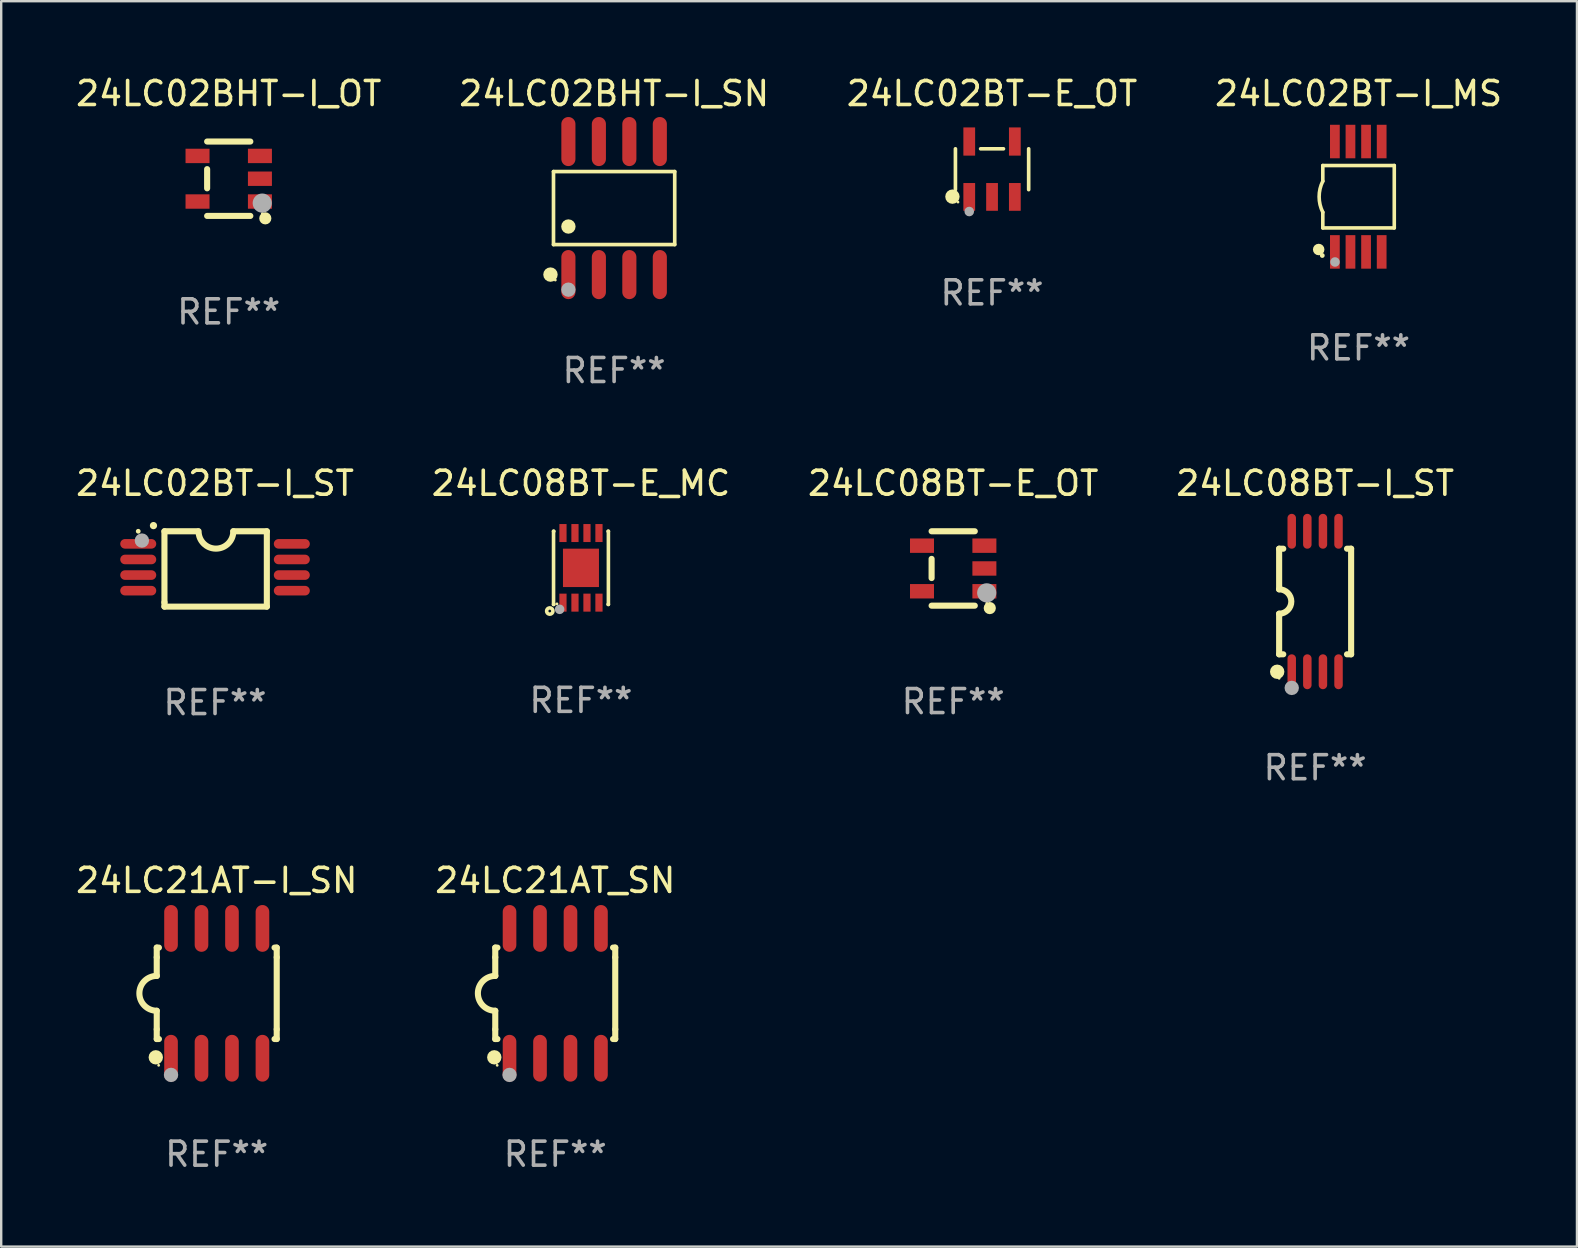
<source format=kicad_pcb>
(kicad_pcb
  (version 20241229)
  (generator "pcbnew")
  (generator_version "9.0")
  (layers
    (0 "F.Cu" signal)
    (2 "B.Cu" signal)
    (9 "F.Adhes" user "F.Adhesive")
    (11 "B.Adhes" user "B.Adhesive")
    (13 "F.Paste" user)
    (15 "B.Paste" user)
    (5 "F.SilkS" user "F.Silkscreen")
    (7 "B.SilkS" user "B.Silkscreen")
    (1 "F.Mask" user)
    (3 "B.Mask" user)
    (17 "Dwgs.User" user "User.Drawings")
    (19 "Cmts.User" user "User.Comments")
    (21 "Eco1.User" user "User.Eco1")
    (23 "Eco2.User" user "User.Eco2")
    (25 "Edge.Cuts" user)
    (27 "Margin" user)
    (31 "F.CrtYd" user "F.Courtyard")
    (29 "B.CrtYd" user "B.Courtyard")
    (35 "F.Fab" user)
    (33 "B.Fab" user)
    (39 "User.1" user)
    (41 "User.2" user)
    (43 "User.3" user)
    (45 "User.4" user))
  (footprint "24LC02BT-I_MS"
    (layer "F.Cu")
    (at 53.565 5.148)
    (property "Reference" "24LC02BT-I_MS" (at 0 -4.3 0) (layer "F.SilkS") (effects (font (size 1 1) (thickness 0.15))))
    (attr through_hole)
    (fp_line (start -1.489 -1.3) (end -1.489 -0.648) (stroke (width 0.15) (type solid)) (layer "F.SilkS"))
    (fp_line (start -1.489 0.648) (end -1.489 1.3) (stroke (width 0.15) (type solid)) (layer "F.SilkS"))
    (fp_line (start -1.489 1.3) (end 1.489 1.3) (stroke (width 0.15) (type solid)) (layer "F.SilkS"))
    (fp_line (start 1.489 -1.3) (end -1.489 -1.3) (stroke (width 0.15) (type solid)) (layer "F.SilkS"))
    (fp_line (start 1.489 1.3) (end 1.489 -1.3) (stroke (width 0.15) (type solid)) (layer "F.SilkS"))
    (fp_arc (start -1.489205 0.647702) (mid -1.642107 0) (end -1.489205 -0.647701) (stroke (width 0.150013) (type solid)) (layer "F.SilkS"))
    (fp_circle (center -1.661 2.2) (end -1.541 2.2) (stroke (width 0.24) (type solid)) (fill no) (layer "F.SilkS"))
    (fp_circle (center -1.511 2.45) (end -1.461 2.45) (stroke (width 0.1) (type solid)) (fill no) (layer "F.SilkS"))
    (fp_circle (center -0.981 2.72) (end -0.881 2.72) (stroke (width 0.2) (type solid)) (fill no) (layer "F.Fab"))
    (fp_text user "REF**" (at 0 6.3 0) (layer "F.Fab") (effects (font (size 1 1) (thickness 0.15))))
    (pad "1" smd rect (at -0.986 2.3) (size 0.406 1.397) (layers "F.Cu" "F.Mask" "F.Paste"))
    (pad "2" smd rect (at -0.336 2.3) (size 0.406 1.397) (layers "F.Cu" "F.Mask" "F.Paste"))
    (pad "3" smd rect (at 0.314 2.3) (size 0.406 1.397) (layers "F.Cu" "F.Mask" "F.Paste"))
    (pad "4" smd rect (at 0.964 2.3) (size 0.406 1.397) (layers "F.Cu" "F.Mask" "F.Paste"))
    (pad "5" smd rect (at 0.964 -2.3) (size 0.406 1.397) (layers "F.Cu" "F.Mask" "F.Paste"))
    (pad "6" smd rect (at 0.314 -2.3) (size 0.406 1.397) (layers "F.Cu" "F.Mask" "F.Paste"))
    (pad "7" smd rect (at -0.336 -2.3) (size 0.406 1.397) (layers "F.Cu" "F.Mask" "F.Paste"))
    (pad "8" smd rect (at -0.986 -2.3) (size 0.406 1.397) (layers "F.Cu" "F.Mask" "F.Paste")))
  (footprint "24LC08BT-I_ST"
    (layer "F.Cu")
    (at 51.756 22.017)
    (property "Reference" "24LC08BT-I_ST" (at 0 -4.927 0) (layer "F.SilkS") (effects (font (size 1 1) (thickness 0.15))))
    (attr through_hole)
    (fp_line (start -1.5 -2.2) (end -1.5 -0.508) (stroke (width 0.254) (type solid)) (layer "F.SilkS"))
    (fp_line (start -1.5 -2.2) (end -1.328 -2.2) (stroke (width 0.254) (type solid)) (layer "F.SilkS"))
    (fp_line (start -1.5 2.2) (end -1.5 0.508) (stroke (width 0.254) (type solid)) (layer "F.SilkS"))
    (fp_line (start -1.5 2.2) (end -1.328 2.2) (stroke (width 0.254) (type solid)) (layer "F.SilkS"))
    (fp_line (start 1.328 -2.2) (end 1.5 -2.2) (stroke (width 0.254) (type solid)) (layer "F.SilkS"))
    (fp_line (start 1.328 2.2) (end 1.5 2.2) (stroke (width 0.254) (type solid)) (layer "F.SilkS"))
    (fp_line (start 1.5 -2.2) (end 1.5 2.2) (stroke (width 0.254) (type solid)) (layer "F.SilkS"))
    (fp_arc (start -1.501144 -0.508) (mid -0.993143 -0.000571) (end -1.5 0.508001) (stroke (width 0.254001) (type solid)) (layer "F.SilkS"))
    (fp_circle (center -1.581 2.927) (end -1.431 2.927) (stroke (width 0.3) (type solid)) (fill no) (layer "F.SilkS"))
    (fp_circle (center -1.5 3.2) (end -1.47 3.2) (stroke (width 0.06) (type solid)) (fill no) (layer "F.SilkS"))
    (fp_circle (center -0.975 3.6) (end -0.825 3.6) (stroke (width 0.3) (type solid)) (fill no) (layer "F.Fab"))
    (fp_text user "REF**" (at 0 6.927 0) (layer "F.Fab") (effects (font (size 1 1) (thickness 0.15))))
    (pad "1" smd oval (at -0.975 2.927) (size 0.353 1.454) (layers "F.Cu" "F.Mask" "F.Paste"))
    (pad "2" smd oval (at -0.325 2.927) (size 0.353 1.454) (layers "F.Cu" "F.Mask" "F.Paste"))
    (pad "3" smd oval (at 0.325 2.927) (size 0.353 1.454) (layers "F.Cu" "F.Mask" "F.Paste"))
    (pad "4" smd oval (at 0.975 2.927) (size 0.353 1.454) (layers "F.Cu" "F.Mask" "F.Paste"))
    (pad "5" smd oval (at 0.975 -2.927) (size 0.353 1.454) (layers "F.Cu" "F.Mask" "F.Paste"))
    (pad "6" smd oval (at 0.325 -2.927) (size 0.353 1.454) (layers "F.Cu" "F.Mask" "F.Paste"))
    (pad "7" smd oval (at -0.325 -2.927) (size 0.353 1.454) (layers "F.Cu" "F.Mask" "F.Paste"))
    (pad "8" smd oval (at -0.975 -2.927) (size 0.353 1.454) (layers "F.Cu" "F.Mask" "F.Paste")))
  (footprint "24LC02BHT-I_OT"
    (layer "F.Cu")
    (at 6.482 4.398)
    (property "Reference" "24LC02BHT-I_OT" (at 0 -3.55 0) (layer "F.SilkS") (effects (font (size 1 1) (thickness 0.15))))
    (attr through_hole)
    (fp_line (start -0.9 -1.55) (end 0.9 -1.55) (stroke (width 0.254) (type solid)) (layer "F.SilkS"))
    (fp_line (start -0.9 0.4) (end -0.9 -0.4) (stroke (width 0.254) (type solid)) (layer "F.SilkS"))
    (fp_line (start -0.9 1.55) (end 0.9 1.55) (stroke (width 0.254) (type solid)) (layer "F.SilkS"))
    (fp_circle (center 1.4 1.45) (end 1.43 1.45) (stroke (width 0.06) (type solid)) (fill no) (layer "F.SilkS"))
    (fp_circle (center 1.524 1.651) (end 1.651 1.651) (stroke (width 0.254) (type solid)) (fill no) (layer "F.SilkS"))
    (fp_circle (center 1.397 1.016) (end 1.597 1.016) (stroke (width 0.4) (type solid)) (fill no) (layer "F.Fab"))
    (fp_text user "REF**" (at 0 5.55 0) (layer "F.Fab") (effects (font (size 1 1) (thickness 0.15))))
    (pad "1" smd rect (at 1.3 0.95) (size 1 0.6) (layers "F.Cu" "F.Mask" "F.Paste"))
    (pad "2" smd rect (at 1.3 -0.000051) (size 1 0.6) (layers "F.Cu" "F.Mask" "F.Paste"))
    (pad "3" smd rect (at 1.3 -0.95) (size 1 0.6) (layers "F.Cu" "F.Mask" "F.Paste"))
    (pad "4" smd rect (at -1.3 -0.95) (size 1 0.6) (layers "F.Cu" "F.Mask" "F.Paste"))
    (pad "5" smd rect (at -1.3 0.95) (size 1 0.6) (layers "F.Cu" "F.Mask" "F.Paste")))
  (footprint "24LC02BHT-I_SN"
    (layer "F.Cu")
    (at 22.542 5.621)
    (property "Reference" "24LC02BHT-I_SN" (at 0 -4.772 0) (layer "F.SilkS") (effects (font (size 1 1) (thickness 0.15))))
    (attr through_hole)
    (fp_line (start -2.526 -1.521) (end 2.526 -1.521) (stroke (width 0.152) (type solid)) (layer "F.SilkS"))
    (fp_line (start -2.526 1.521) (end -2.526 -1.521) (stroke (width 0.152) (type solid)) (layer "F.SilkS"))
    (fp_line (start 2.526 -1.521) (end 2.526 1.521) (stroke (width 0.152) (type solid)) (layer "F.SilkS"))
    (fp_line (start 2.526 1.521) (end -2.526 1.521) (stroke (width 0.152) (type solid)) (layer "F.SilkS"))
    (fp_circle (center -2.652 2.772) (end -2.501 2.772) (stroke (width 0.3) (type solid)) (fill no) (layer "F.SilkS"))
    (fp_circle (center -2.45 3) (end -2.42 3) (stroke (width 0.06) (type solid)) (fill no) (layer "F.SilkS"))
    (fp_circle (center -1.905 0.769) (end -1.755 0.769) (stroke (width 0.3) (type solid)) (fill no) (layer "F.SilkS"))
    (fp_circle (center -1.905 3.4) (end -1.755 3.4) (stroke (width 0.3) (type solid)) (fill no) (layer "F.Fab"))
    (fp_text user "REF**" (at 0 6.772 0) (layer "F.Fab") (effects (font (size 1 1) (thickness 0.15))))
    (pad "1" smd oval (at -1.905 2.772) (size 0.588 2.045) (layers "F.Cu" "F.Mask" "F.Paste"))
    (pad "2" smd oval (at -0.635 2.772) (size 0.588 2.045) (layers "F.Cu" "F.Mask" "F.Paste"))
    (pad "3" smd oval (at 0.635 2.772) (size 0.588 2.045) (layers "F.Cu" "F.Mask" "F.Paste"))
    (pad "4" smd oval (at 1.905 2.772) (size 0.588 2.045) (layers "F.Cu" "F.Mask" "F.Paste"))
    (pad "5" smd oval (at 1.905 -2.772) (size 0.588 2.045) (layers "F.Cu" "F.Mask" "F.Paste"))
    (pad "6" smd oval (at 0.635 -2.772) (size 0.588 2.045) (layers "F.Cu" "F.Mask" "F.Paste"))
    (pad "7" smd oval (at -0.635 -2.772) (size 0.588 2.045) (layers "F.Cu" "F.Mask" "F.Paste"))
    (pad "8" smd oval (at -1.905 -2.772) (size 0.588 2.045) (layers "F.Cu" "F.Mask" "F.Paste")))
  (footprint "24LC21AT_SN"
    (layer "F.Cu")
    (at 20.089 38.345)
    (property "Reference" "24LC21AT_SN" (at 0 -4.705 0) (layer "F.SilkS") (effects (font (size 1 1) (thickness 0.15))))
    (attr through_hole)
    (fp_line (start -2.5 -1.905) (end -2.409 -1.905) (stroke (width 0.254) (type solid)) (layer "F.SilkS"))
    (fp_line (start -2.5 -1.5) (end -2.5 -1.905) (stroke (width 0.254) (type solid)) (layer "F.SilkS"))
    (fp_line (start -2.5 -1.5) (end -2.5 -0.726) (stroke (width 0.254) (type solid)) (layer "F.SilkS"))
    (fp_line (start -2.5 1.5) (end -2.5 0.727) (stroke (width 0.254) (type solid)) (layer "F.SilkS"))
    (fp_line (start -2.5 1.5) (end -2.5 1.905) (stroke (width 0.254) (type solid)) (layer "F.SilkS"))
    (fp_line (start -2.5 1.905) (end -2.409 1.905) (stroke (width 0.254) (type solid)) (layer "F.SilkS"))
    (fp_line (start 2.5 -1.905) (end 2.409 -1.905) (stroke (width 0.254) (type solid)) (layer "F.SilkS"))
    (fp_line (start 2.5 -1.5) (end 2.5 -1.905) (stroke (width 0.254) (type solid)) (layer "F.SilkS"))
    (fp_line (start 2.5 -1.5) (end 2.5 1.5) (stroke (width 0.254) (type solid)) (layer "F.SilkS"))
    (fp_line (start 2.5 1.5) (end 2.5 1.905) (stroke (width 0.254) (type solid)) (layer "F.SilkS"))
    (fp_line (start 2.5 1.905) (end 2.409 1.905) (stroke (width 0.254) (type solid)) (layer "F.SilkS"))
    (fp_arc (start -2.5 0.726568) (mid -3.220316 -0.0023) (end -2.495097 -0.726289) (stroke (width 0.254001) (type solid)) (layer "F.SilkS"))
    (fp_circle (center -2.54 2.667) (end -2.39 2.667) (stroke (width 0.3) (type solid)) (fill no) (layer "F.SilkS"))
    (fp_circle (center -2.42 3) (end -2.39 3) (stroke (width 0.06) (type solid)) (fill no) (layer "F.SilkS"))
    (fp_circle (center -1.905 3.4) (end -1.755 3.4) (stroke (width 0.3) (type solid)) (fill no) (layer "F.Fab"))
    (fp_text user "REF**" (at 0 6.705 0) (layer "F.Fab") (effects (font (size 1 1) (thickness 0.15))))
    (pad "1" smd oval (at -1.905 2.705) (size 0.568 1.95) (layers "F.Cu" "F.Mask" "F.Paste"))
    (pad "2" smd oval (at -0.635 2.705) (size 0.568 1.95) (layers "F.Cu" "F.Mask" "F.Paste"))
    (pad "3" smd oval (at 0.635 2.705) (size 0.568 1.95) (layers "F.Cu" "F.Mask" "F.Paste"))
    (pad "4" smd oval (at 1.905 2.705) (size 0.568 1.95) (layers "F.Cu" "F.Mask" "F.Paste"))
    (pad "5" smd oval (at 1.905 -2.705) (size 0.568 1.95) (layers "F.Cu" "F.Mask" "F.Paste"))
    (pad "6" smd oval (at 0.635 -2.705) (size 0.568 1.95) (layers "F.Cu" "F.Mask" "F.Paste"))
    (pad "7" smd oval (at -0.635 -2.705) (size 0.568 1.95) (layers "F.Cu" "F.Mask" "F.Paste"))
    (pad "8" smd oval (at -1.905 -2.705) (size 0.568 1.95) (layers "F.Cu" "F.Mask" "F.Paste")))
  (footprint "24LC08BT-E_MC"
    (layer "F.Cu")
    (at 21.161 20.614)
    (property "Reference" "24LC08BT-E_MC" (at 0 -3.524 0) (layer "F.SilkS") (effects (font (size 1 1) (thickness 0.15))))
    (attr through_hole)
    (fp_line (start -1.143 -1.524) (end -1.143 1.524) (stroke (width 0.15) (type solid)) (layer "F.SilkS"))
    (fp_line (start -1.143 1.524) (end -1.129 1.524) (stroke (width 0.15) (type solid)) (layer "F.SilkS"))
    (fp_line (start -1.129 -1.524) (end -1.143 -1.524) (stroke (width 0.15) (type solid)) (layer "F.SilkS"))
    (fp_line (start 1.129 1.524) (end 1.143 1.524) (stroke (width 0.15) (type solid)) (layer "F.SilkS"))
    (fp_line (start 1.143 -1.524) (end 1.129 -1.524) (stroke (width 0.15) (type solid)) (layer "F.SilkS"))
    (fp_line (start 1.143 1.524) (end 1.143 -1.524) (stroke (width 0.15) (type solid)) (layer "F.SilkS"))
    (fp_circle (center -1.3 1.8) (end -1.243 1.8) (stroke (width 0.15) (type solid)) (fill no) (layer "F.SilkS"))
    (fp_circle (center -1 1.5) (end -0.97 1.5) (stroke (width 0.06) (type solid)) (fill no) (layer "F.SilkS"))
    (fp_circle (center -0.889 1.728) (end -0.789 1.728) (stroke (width 0.2) (type solid)) (fill no) (layer "F.Fab"))
    (fp_text user "REF**" (at 0 5.524 0) (layer "F.Fab") (effects (font (size 1 1) (thickness 0.15))))
    (pad "1" smd rect (at -0.75 1.45) (size 0.3 0.75) (layers "F.Cu" "F.Mask" "F.Paste"))
    (pad "2" smd rect (at -0.25 1.45) (size 0.3 0.75) (layers "F.Cu" "F.Mask" "F.Paste"))
    (pad "3" smd rect (at 0.25 1.45) (size 0.3 0.75) (layers "F.Cu" "F.Mask" "F.Paste"))
    (pad "4" smd rect (at 0.75 1.45) (size 0.3 0.75) (layers "F.Cu" "F.Mask" "F.Paste"))
    (pad "5" smd rect (at 0.75 -1.45) (size 0.3 0.75) (layers "F.Cu" "F.Mask" "F.Paste"))
    (pad "6" smd rect (at 0.25 -1.45) (size 0.3 0.75) (layers "F.Cu" "F.Mask" "F.Paste"))
    (pad "7" smd rect (at -0.25 -1.45) (size 0.3 0.75) (layers "F.Cu" "F.Mask" "F.Paste"))
    (pad "8" smd rect (at -0.75 -1.45) (size 0.3 0.75) (layers "F.Cu" "F.Mask" "F.Paste"))
    (pad "9" smd rect (at -0.000203 0.000457) (size 1.5 1.6) (layers "F.Cu" "F.Mask" "F.Paste")))
  (footprint "24LC02BT-I_ST"
    (layer "F.Cu")
    (at 5.911 20.66)
    (property "Reference" "24LC02BT-I_ST" (at 0 -3.57 0) (layer "F.SilkS") (effects (font (size 1 1) (thickness 0.15))))
    (attr through_hole)
    (fp_line (start -2.108 -1.57) (end -0.711 -1.57) (stroke (width 0.254) (type solid)) (layer "F.SilkS"))
    (fp_line (start -2.108 -1.57) (end -2.108 1.393) (stroke (width 0.254) (type solid)) (layer "F.SilkS"))
    (fp_line (start -2.108 1.393) (end -2.108 1.57) (stroke (width 0.254) (type solid)) (layer "F.SilkS"))
    (fp_line (start -2.108 1.57) (end 2.159 1.57) (stroke (width 0.254) (type solid)) (layer "F.SilkS"))
    (fp_line (start 0.762 -1.57) (end 2.159 -1.57) (stroke (width 0.254) (type solid)) (layer "F.SilkS"))
    (fp_line (start 2.159 1.57) (end 2.159 -1.57) (stroke (width 0.254) (type solid)) (layer "F.SilkS"))
    (fp_arc (start -2.565405 -1.805169) (mid -2.56541 -1.806439) (end -2.565405 -1.807709) (stroke (width 0.3) (type solid)) (layer "F.SilkS"))
    (fp_arc (start 0.762002 -1.570498) (mid 0.0381 -0.846596) (end -0.685802 -1.570498) (stroke (width 0.254001) (type solid)) (layer "F.SilkS"))
    (fp_circle (center -3.2 -1.57) (end -3.15 -1.57) (stroke (width 0.1) (type solid)) (fill no) (layer "F.SilkS"))
    (fp_circle (center -3.048 -1.183) (end -2.898 -1.183) (stroke (width 0.3) (type solid)) (fill no) (layer "F.Fab"))
    (fp_text user "REF**" (at 0 5.57 0) (layer "F.Fab") (effects (font (size 1 1) (thickness 0.15))))
    (pad "1" smd oval (at -3.2 -1.046 90) (size 0.4 1.5) (layers "F.Cu" "F.Mask" "F.Paste"))
    (pad "2" smd oval (at -3.2 -0.395 90) (size 0.4 1.5) (layers "F.Cu" "F.Mask" "F.Paste"))
    (pad "3" smd oval (at -3.2 0.255 90) (size 0.4 1.5) (layers "F.Cu" "F.Mask" "F.Paste"))
    (pad "4" smd oval (at -3.2 0.905 90) (size 0.4 1.5) (layers "F.Cu" "F.Mask" "F.Paste"))
    (pad "5" smd oval (at 3.2 0.905 90) (size 0.4 1.5) (layers "F.Cu" "F.Mask" "F.Paste"))
    (pad "6" smd oval (at 3.2 0.255 90) (size 0.4 1.5) (layers "F.Cu" "F.Mask" "F.Paste"))
    (pad "7" smd oval (at 3.2 -0.395 90) (size 0.4 1.5) (layers "F.Cu" "F.Mask" "F.Paste"))
    (pad "8" smd oval (at 3.2 -1.046 90) (size 0.4 1.5) (layers "F.Cu" "F.Mask" "F.Paste")))
  (footprint "24LC02BT-E_OT"
    (layer "F.Cu")
    (at 38.292 4.002)
    (property "Reference" "24LC02BT-E_OT" (at 0 -3.154 0) (layer "F.SilkS") (effects (font (size 1 1) (thickness 0.15))))
    (attr through_hole)
    (fp_line (start -1.526 0.851) (end -1.526 -0.851) (stroke (width 0.152) (type solid)) (layer "F.SilkS"))
    (fp_line (start 0.476 -0.851) (end -0.476 -0.851) (stroke (width 0.152) (type solid)) (layer "F.SilkS"))
    (fp_line (start 1.526 0.851) (end 1.526 -0.851) (stroke (width 0.152) (type solid)) (layer "F.SilkS"))
    (fp_circle (center -1.651 1.143) (end -1.501 1.143) (stroke (width 0.3) (type solid)) (fill no) (layer "F.SilkS"))
    (fp_circle (center -1.42 1.37) (end -1.39 1.37) (stroke (width 0.06) (type solid)) (fill no) (layer "F.SilkS"))
    (fp_circle (center -0.95 1.763) (end -0.85 1.763) (stroke (width 0.2) (type solid)) (fill no) (layer "F.Fab"))
    (fp_text user "REF**" (at 0 5.154 0) (layer "F.Fab") (effects (font (size 1 1) (thickness 0.15))))
    (pad "1" smd rect (at -0.95 1.154) (size 0.49 1.157) (layers "F.Cu" "F.Mask" "F.Paste"))
    (pad "2" smd rect (at 0 1.154) (size 0.49 1.157) (layers "F.Cu" "F.Mask" "F.Paste"))
    (pad "3" smd rect (at 0.95 1.154) (size 0.49 1.157) (layers "F.Cu" "F.Mask" "F.Paste"))
    (pad "4" smd rect (at 0.95 -1.154) (size 0.49 1.175) (layers "F.Cu" "F.Mask" "F.Paste"))
    (pad "5" smd rect (at -0.95 -1.154) (size 0.49 1.175) (layers "F.Cu" "F.Mask" "F.Paste")))
  (footprint "24LC21AT-I_SN"
    (layer "F.Cu")
    (at 5.982 38.345)
    (property "Reference" "24LC21AT-I_SN" (at 0 -4.705 0) (layer "F.SilkS") (effects (font (size 1 1) (thickness 0.15))))
    (attr through_hole)
    (fp_line (start -2.5 -1.905) (end -2.409 -1.905) (stroke (width 0.254) (type solid)) (layer "F.SilkS"))
    (fp_line (start -2.5 -1.5) (end -2.5 -1.905) (stroke (width 0.254) (type solid)) (layer "F.SilkS"))
    (fp_line (start -2.5 -1.5) (end -2.5 -0.726) (stroke (width 0.254) (type solid)) (layer "F.SilkS"))
    (fp_line (start -2.5 1.5) (end -2.5 0.727) (stroke (width 0.254) (type solid)) (layer "F.SilkS"))
    (fp_line (start -2.5 1.5) (end -2.5 1.905) (stroke (width 0.254) (type solid)) (layer "F.SilkS"))
    (fp_line (start -2.5 1.905) (end -2.409 1.905) (stroke (width 0.254) (type solid)) (layer "F.SilkS"))
    (fp_line (start 2.5 -1.905) (end 2.409 -1.905) (stroke (width 0.254) (type solid)) (layer "F.SilkS"))
    (fp_line (start 2.5 -1.5) (end 2.5 -1.905) (stroke (width 0.254) (type solid)) (layer "F.SilkS"))
    (fp_line (start 2.5 -1.5) (end 2.5 1.5) (stroke (width 0.254) (type solid)) (layer "F.SilkS"))
    (fp_line (start 2.5 1.5) (end 2.5 1.905) (stroke (width 0.254) (type solid)) (layer "F.SilkS"))
    (fp_line (start 2.5 1.905) (end 2.409 1.905) (stroke (width 0.254) (type solid)) (layer "F.SilkS"))
    (fp_arc (start -2.5 0.726568) (mid -3.220316 -0.0023) (end -2.495097 -0.726289) (stroke (width 0.254001) (type solid)) (layer "F.SilkS"))
    (fp_circle (center -2.54 2.667) (end -2.39 2.667) (stroke (width 0.3) (type solid)) (fill no) (layer "F.SilkS"))
    (fp_circle (center -2.42 3) (end -2.39 3) (stroke (width 0.06) (type solid)) (fill no) (layer "F.SilkS"))
    (fp_circle (center -1.905 3.4) (end -1.755 3.4) (stroke (width 0.3) (type solid)) (fill no) (layer "F.Fab"))
    (fp_text user "REF**" (at 0 6.705 0) (layer "F.Fab") (effects (font (size 1 1) (thickness 0.15))))
    (pad "1" smd oval (at -1.905 2.705) (size 0.568 1.95) (layers "F.Cu" "F.Mask" "F.Paste"))
    (pad "2" smd oval (at -0.635 2.705) (size 0.568 1.95) (layers "F.Cu" "F.Mask" "F.Paste"))
    (pad "3" smd oval (at 0.635 2.705) (size 0.568 1.95) (layers "F.Cu" "F.Mask" "F.Paste"))
    (pad "4" smd oval (at 1.905 2.705) (size 0.568 1.95) (layers "F.Cu" "F.Mask" "F.Paste"))
    (pad "5" smd oval (at 1.905 -2.705) (size 0.568 1.95) (layers "F.Cu" "F.Mask" "F.Paste"))
    (pad "6" smd oval (at 0.635 -2.705) (size 0.568 1.95) (layers "F.Cu" "F.Mask" "F.Paste"))
    (pad "7" smd oval (at -0.635 -2.705) (size 0.568 1.95) (layers "F.Cu" "F.Mask" "F.Paste"))
    (pad "8" smd oval (at -1.905 -2.705) (size 0.568 1.95) (layers "F.Cu" "F.Mask" "F.Paste")))
  (footprint "24LC08BT-E_OT"
    (layer "F.Cu")
    (at 36.673 20.64)
    (property "Reference" "24LC08BT-E_OT" (at 0 -3.55 0) (layer "F.SilkS") (effects (font (size 1 1) (thickness 0.15))))
    (attr through_hole)
    (fp_line (start -0.9 -1.55) (end 0.9 -1.55) (stroke (width 0.254) (type solid)) (layer "F.SilkS"))
    (fp_line (start -0.9 0.4) (end -0.9 -0.4) (stroke (width 0.254) (type solid)) (layer "F.SilkS"))
    (fp_line (start -0.9 1.55) (end 0.9 1.55) (stroke (width 0.254) (type solid)) (layer "F.SilkS"))
    (fp_circle (center 1.4 1.45) (end 1.43 1.45) (stroke (width 0.06) (type solid)) (fill no) (layer "F.SilkS"))
    (fp_circle (center 1.524 1.651) (end 1.651 1.651) (stroke (width 0.254) (type solid)) (fill no) (layer "F.SilkS"))
    (fp_circle (center 1.397 1.016) (end 1.597 1.016) (stroke (width 0.4) (type solid)) (fill no) (layer "F.Fab"))
    (fp_text user "REF**" (at 0 5.55 0) (layer "F.Fab") (effects (font (size 1 1) (thickness 0.15))))
    (pad "1" smd rect (at 1.3 0.95) (size 1 0.6) (layers "F.Cu" "F.Mask" "F.Paste"))
    (pad "2" smd rect (at 1.3 -0.000051) (size 1 0.6) (layers "F.Cu" "F.Mask" "F.Paste"))
    (pad "3" smd rect (at 1.3 -0.95) (size 1 0.6) (layers "F.Cu" "F.Mask" "F.Paste"))
    (pad "4" smd rect (at -1.3 -0.95) (size 1 0.6) (layers "F.Cu" "F.Mask" "F.Paste"))
    (pad "5" smd rect (at -1.3 0.95) (size 1 0.6) (layers "F.Cu" "F.Mask" "F.Paste")))
  (gr_rect
    (start -3 -3)
    (end 62.667 48.899)
    (stroke (width 0.1) (type default))
    (fill no)
    (layer "Edge.Cuts")))
</source>
